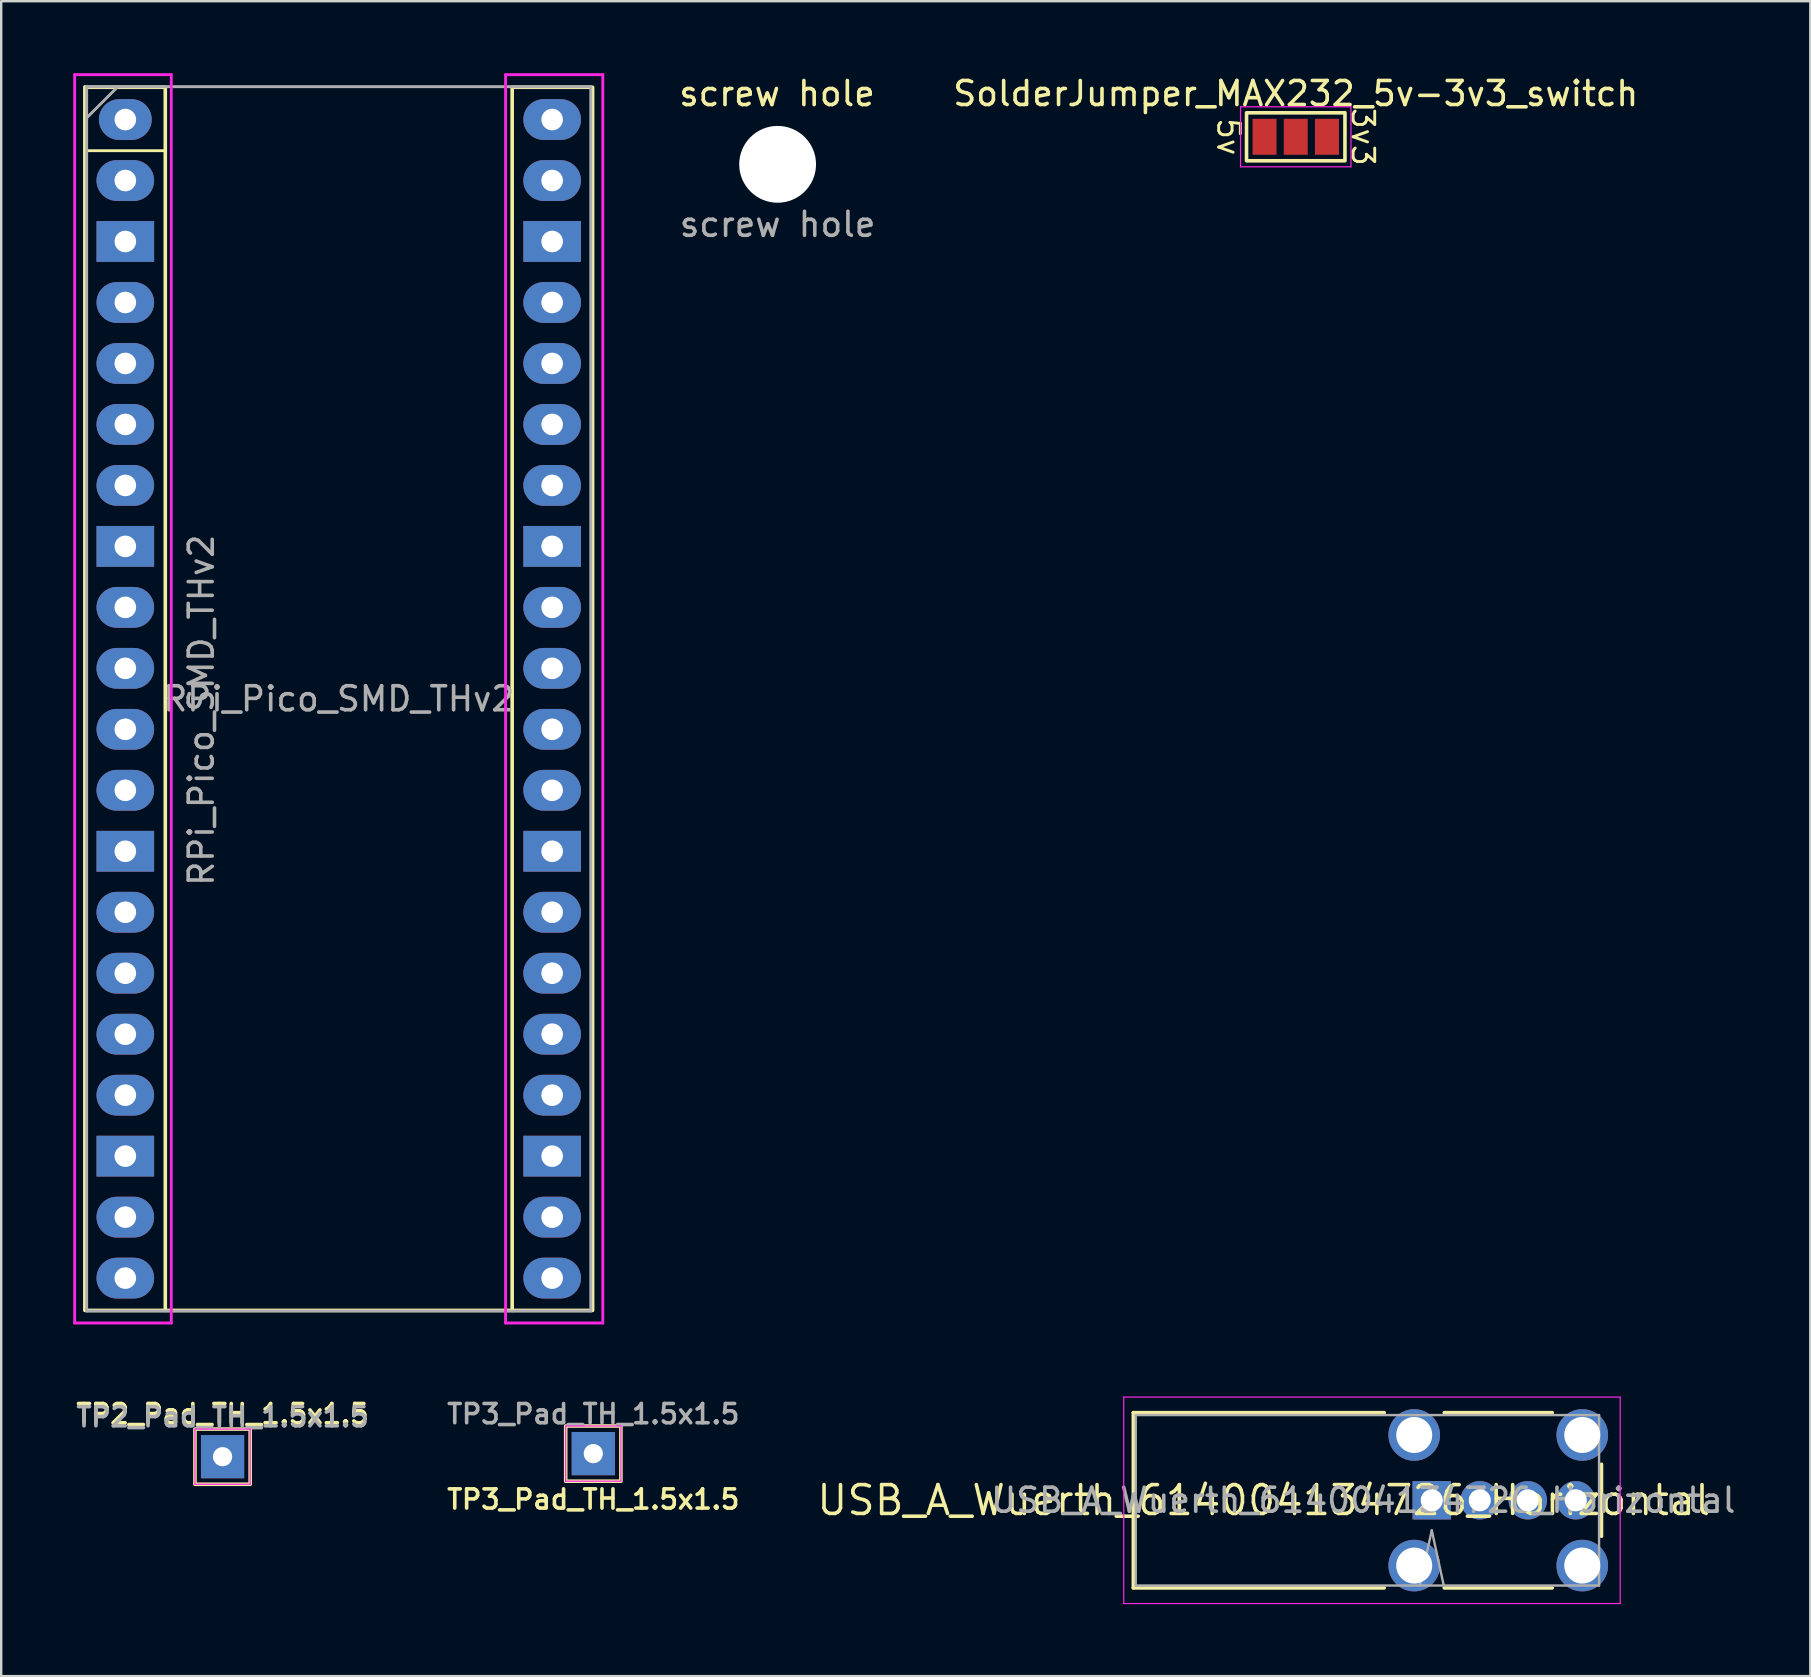
<source format=kicad_pcb>
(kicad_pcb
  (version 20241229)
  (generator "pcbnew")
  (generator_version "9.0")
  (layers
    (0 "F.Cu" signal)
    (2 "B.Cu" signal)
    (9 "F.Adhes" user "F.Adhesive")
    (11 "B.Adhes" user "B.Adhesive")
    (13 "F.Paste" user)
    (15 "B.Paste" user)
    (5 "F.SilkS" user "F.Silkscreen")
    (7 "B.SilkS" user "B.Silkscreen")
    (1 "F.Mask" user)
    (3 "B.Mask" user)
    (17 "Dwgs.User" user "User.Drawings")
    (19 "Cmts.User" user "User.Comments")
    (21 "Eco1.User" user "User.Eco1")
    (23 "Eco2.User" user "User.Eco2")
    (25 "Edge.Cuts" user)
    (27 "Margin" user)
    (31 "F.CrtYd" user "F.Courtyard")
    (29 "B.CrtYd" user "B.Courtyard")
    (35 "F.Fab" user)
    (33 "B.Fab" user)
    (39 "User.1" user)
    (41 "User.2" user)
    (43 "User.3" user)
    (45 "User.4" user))
  (footprint "screw hole"
    (layer "F.Cu")
    (at 29.342 3.795)
    (property "Reference" "screw hole" (at -0.025 -2.946 0) (unlocked yes) (layer "F.SilkS") (effects (font (size 1 1) (thickness 0.15))))
    (attr through_hole)
    (fp_text user "${REFERENCE}" (at 0 2.5 0) (unlocked yes) (layer "F.Fab") (effects (font (size 1 1) (thickness 0.15))))
    (pad "" np_thru_hole circle (at 0 0 90) (size 3.2 3.2) (drill 3.2) (layers "*.Cu" "*.Mask")))
  (footprint "USB_A_Wuerth_614004134726_Horizontal"
    (layer "F.Cu")
    (at 56.59 59.445)
    (property "Reference" "USB_A_Wuerth_614004134726_Horizontal" (at -7 0 0) (unlocked yes) (layer "F.SilkS") (effects (font (size 1.2 1.2) (thickness 0.15))))
    (attr through_hole)
    (fp_line (start -12.43 -3.65) (end -12.43 3.65) (stroke (width 0.15) (type solid)) (layer "F.SilkS"))
    (fp_line (start -12.43 -3.65) (end -1.98 -3.65) (stroke (width 0.15) (type solid)) (layer "F.SilkS"))
    (fp_line (start -12.43 3.65) (end -1.98 3.65) (stroke (width 0.15) (type solid)) (layer "F.SilkS"))
    (fp_line (start 0.52 -3.65) (end 5.02 -3.65) (stroke (width 0.15) (type solid)) (layer "F.SilkS"))
    (fp_line (start 0.52 3.65) (end 5.02 3.65) (stroke (width 0.15) (type solid)) (layer "F.SilkS"))
    (fp_line (start 7.07 -1.5) (end 7.07 1.5) (stroke (width 0.15) (type solid)) (layer "F.SilkS"))
    (fp_line (start -12.83 -4.3) (end 7.85 -4.3) (stroke (width 0.05) (type solid)) (layer "F.CrtYd"))
    (fp_line (start -12.83 4.3) (end -12.83 -4.3) (stroke (width 0.05) (type solid)) (layer "F.CrtYd"))
    (fp_line (start 7.85 -4.3) (end 7.85 4.3) (stroke (width 0.05) (type solid)) (layer "F.CrtYd"))
    (fp_line (start 7.85 4.3) (end -12.83 4.3) (stroke (width 0.05) (type solid)) (layer "F.CrtYd"))
    (fp_line (start -12.33 -3.55) (end 6.97 -3.55) (stroke (width 0.1) (type solid)) (layer "F.Fab"))
    (fp_line (start -12.33 3.55) (end -12.33 -3.55) (stroke (width 0.1) (type solid)) (layer "F.Fab"))
    (fp_line (start -0.5 3.55) (end 0 1.25) (stroke (width 0.1) (type solid)) (layer "F.Fab"))
    (fp_line (start 0 1.25) (end 0.5 3.55) (stroke (width 0.1) (type solid)) (layer "F.Fab"))
    (fp_line (start 6.97 -3.55) (end 6.97 3.55) (stroke (width 0.1) (type solid)) (layer "F.Fab"))
    (fp_line (start 6.97 3.55) (end -12.33 3.55) (stroke (width 0.1) (type solid)) (layer "F.Fab"))
    (fp_text user "${REFERENCE}" (at -2.855 0 0) (layer "F.Fab") (effects (font (size 1 1) (thickness 0.15))))
    (pad "1" thru_hole rect (at 0 0) (size 1.6 1.6) (drill 0.92) (layers "*.Cu" "*.Mask"))
    (pad "2" thru_hole circle (at 2 0) (size 1.6 1.6) (drill 0.92) (layers "*.Cu" "*.Mask"))
    (pad "3" thru_hole circle (at 4 0) (size 1.6 1.6) (drill 0.92) (layers "*.Cu" "*.Mask"))
    (pad "4" thru_hole circle (at 6 0) (size 1.6 1.6) (drill 0.92) (layers "*.Cu" "*.Mask"))
    (pad "5" thru_hole circle (at -0.73 -2.72) (size 2.15 2.15) (drill 1.5) (layers "*.Cu" "*.Mask"))
    (pad "5" thru_hole circle (at -0.73 2.72) (size 2.15 2.15) (drill 1.5) (layers "*.Cu" "*.Mask"))
    (pad "5" thru_hole circle (at 6.27 -2.72) (size 2.15 2.15) (drill 1.5) (layers "*.Cu" "*.Mask"))
    (pad "5" thru_hole circle (at 6.27 2.72) (size 2.15 2.15) (drill 1.5) (layers "*.Cu" "*.Mask")))
  (footprint "TP3_Pad_TH_1.5x1.5"
    (layer "F.Cu")
    (at 21.664 57.501)
    (property "Reference" "TP3_Pad_TH_1.5x1.5" (at 0 1.905 0) (layer "F.SilkS") (effects (font (size 0.8 0.8) (thickness 0.15))))
    (attr exclude_from_pos_files exclude_from_bom)
    (fp_rect (start -1.15 -1.15) (end 1.15 1.15) (stroke (width 0.15) (type solid)) (fill no) (layer "F.SilkS"))
    (fp_line (start -1.15 -1.15) (end -1.15 1.15) (stroke (width 0.05) (type solid)) (layer "F.CrtYd"))
    (fp_line (start -1.15 -1.15) (end 1.15 -1.15) (stroke (width 0.05) (type solid)) (layer "F.CrtYd"))
    (fp_line (start 1.15 1.15) (end -1.15 1.15) (stroke (width 0.05) (type solid)) (layer "F.CrtYd"))
    (fp_line (start 1.15 1.15) (end 1.15 -1.15) (stroke (width 0.05) (type solid)) (layer "F.CrtYd"))
    (fp_text user "${REFERENCE}" (at 0 -1.65 0) (layer "F.Fab") (effects (font (size 0.8 0.8) (thickness 0.15))))
    (pad "1" thru_hole rect (at 0 0) (size 1.8 1.8) (drill 0.8) (layers "*.Cu" "*.Mask")))
  (footprint "TP2_Pad_TH_1.5x1.5"
    (layer "F.Cu")
    (at 6.221 57.629)
    (property "Reference" "TP2_Pad_TH_1.5x1.5" (at 0 -1.778 0) (layer "F.SilkS") (effects (font (size 0.8 0.8) (thickness 0.15))))
    (attr exclude_from_pos_files exclude_from_bom)
    (fp_rect (start -1.15 -1.15) (end 1.15 1.15) (stroke (width 0.15) (type solid)) (fill no) (layer "F.SilkS"))
    (fp_line (start -1.15 -1.15) (end -1.15 1.15) (stroke (width 0.05) (type solid)) (layer "F.CrtYd"))
    (fp_line (start -1.15 -1.15) (end 1.15 -1.15) (stroke (width 0.05) (type solid)) (layer "F.CrtYd"))
    (fp_line (start 1.15 1.15) (end -1.15 1.15) (stroke (width 0.05) (type solid)) (layer "F.CrtYd"))
    (fp_line (start 1.15 1.15) (end 1.15 -1.15) (stroke (width 0.05) (type solid)) (layer "F.CrtYd"))
    (fp_text user "${REFERENCE}" (at 0 -1.65 0) (layer "F.Fab") (effects (font (size 0.8 0.8) (thickness 0.15))))
    (pad "1" thru_hole rect (at 0 0) (size 1.8 1.8) (drill 0.8) (layers "*.Cu" "*.Mask")))
  (footprint "RPi_Pico_SMD_THv2"
    (layer "F.Cu")
    (at 11.06 26.06)
    (property "Reference" "RPi_Pico_SMD_THv2" (at -5.725 0.475 90) (layer "F.Fab") (effects (font (size 1 1) (thickness 0.15))))
    (attr through_hole)
    (fp_line (start -10.5 -25.5) (end -10.575 -25.5) (stroke (width 0.12) (type solid)) (layer "F.SilkS"))
    (fp_line (start -10.5 -22.833) (end -7.225 -22.833) (stroke (width 0.12) (type solid)) (layer "F.SilkS"))
    (fp_line (start -7.225 25.475) (end 7.225 25.475) (stroke (width 0.15) (type solid)) (layer "F.SilkS"))
    (fp_rect (start -10.575 25.475) (end -7.225 -25.475) (stroke (width 0.15) (type solid)) (fill no) (layer "F.SilkS"))
    (fp_rect (start 7.225 25.475) (end 10.575 -25.475) (stroke (width 0.15) (type solid)) (fill no) (layer "F.SilkS"))
    (fp_line (start -11 -26) (end -6.975 -26) (stroke (width 0.12) (type solid)) (layer "F.CrtYd"))
    (fp_line (start -11 26) (end -11 -26) (stroke (width 0.12) (type solid)) (layer "F.CrtYd"))
    (fp_line (start -11 26) (end -6.975 26) (stroke (width 0.12) (type solid)) (layer "F.CrtYd"))
    (fp_line (start -6.975 -26) (end -6.975 26) (stroke (width 0.12) (type solid)) (layer "F.CrtYd"))
    (fp_line (start 6.95 -26) (end 6.95 26) (stroke (width 0.12) (type solid)) (layer "F.CrtYd"))
    (fp_line (start 6.95 -26) (end 11 -26) (stroke (width 0.12) (type solid)) (layer "F.CrtYd"))
    (fp_line (start 6.95 26) (end 11 26) (stroke (width 0.12) (type solid)) (layer "F.CrtYd"))
    (fp_line (start 11 -26) (end 11 26) (stroke (width 0.12) (type solid)) (layer "F.CrtYd"))
    (fp_line (start -10.5 -25.5) (end 10.5 -25.5) (stroke (width 0.12) (type solid)) (layer "F.Fab"))
    (fp_line (start -10.5 -24.2) (end -9.2 -25.5) (stroke (width 0.12) (type solid)) (layer "F.Fab"))
    (fp_line (start -10.5 25.5) (end -10.5 -25.5) (stroke (width 0.12) (type solid)) (layer "F.Fab"))
    (fp_line (start 10.5 -25.5) (end 10.5 25.5) (stroke (width 0.12) (type solid)) (layer "F.Fab"))
    (fp_line (start 10.5 25.5) (end -10.5 25.5) (stroke (width 0.12) (type solid)) (layer "F.Fab"))
    (fp_text user "${REFERENCE}" (at 0 0 180) (layer "F.Fab") (effects (font (size 1 1) (thickness 0.15))))
    (pad "1" thru_hole oval (at -8.89 -24.13) (size 2.2 1.7) (drill 0.9) (layers "*.Cu" "*.Mask"))
    (pad "2" thru_hole oval (at -8.89 -21.59) (size 2.4 1.7) (drill 0.9) (layers "*.Cu" "*.Mask"))
    (pad "3" thru_hole rect (at -8.89 -19.05) (size 2.4 1.7) (drill 0.9) (layers "*.Cu" "*.Mask"))
    (pad "4" thru_hole oval (at -8.89 -16.51) (size 2.4 1.7) (drill 0.9) (layers "*.Cu" "*.Mask"))
    (pad "5" thru_hole oval (at -8.89 -13.97) (size 2.4 1.7) (drill 0.9) (layers "*.Cu" "*.Mask"))
    (pad "6" thru_hole oval (at -8.89 -11.43) (size 2.4 1.7) (drill 0.9) (layers "*.Cu" "*.Mask"))
    (pad "7" thru_hole oval (at -8.89 -8.89) (size 2.4 1.7) (drill 0.9) (layers "*.Cu" "*.Mask"))
    (pad "8" thru_hole rect (at -8.89 -6.35) (size 2.4 1.7) (drill 0.9) (layers "*.Cu" "*.Mask"))
    (pad "9" thru_hole oval (at -8.89 -3.81) (size 2.4 1.7) (drill 0.9) (layers "*.Cu" "*.Mask"))
    (pad "10" thru_hole oval (at -8.89 -1.27) (size 2.4 1.7) (drill 0.9) (layers "*.Cu" "*.Mask"))
    (pad "11" thru_hole oval (at -8.89 1.27) (size 2.4 1.7) (drill 0.9) (layers "*.Cu" "*.Mask"))
    (pad "12" thru_hole oval (at -8.89 3.81) (size 2.4 1.7) (drill 0.9) (layers "*.Cu" "*.Mask"))
    (pad "13" thru_hole rect (at -8.89 6.35) (size 2.4 1.7) (drill 0.9) (layers "*.Cu" "*.Mask"))
    (pad "14" thru_hole oval (at -8.89 8.89) (size 2.4 1.7) (drill 0.9) (layers "*.Cu" "*.Mask"))
    (pad "15" thru_hole oval (at -8.89 11.43) (size 2.4 1.7) (drill 0.9) (layers "*.Cu" "*.Mask"))
    (pad "16" thru_hole oval (at -8.89 13.97) (size 2.4 1.7) (drill 0.9) (layers "*.Cu" "*.Mask"))
    (pad "17" thru_hole oval (at -8.89 16.51) (size 2.4 1.7) (drill 0.9) (layers "*.Cu" "*.Mask"))
    (pad "18" thru_hole rect (at -8.89 19.05) (size 2.4 1.7) (drill 0.9) (layers "*.Cu" "*.Mask"))
    (pad "19" thru_hole oval (at -8.89 21.59) (size 2.4 1.7) (drill 0.9) (layers "*.Cu" "*.Mask"))
    (pad "20" thru_hole oval (at -8.89 24.13) (size 2.4 1.7) (drill 0.9) (layers "*.Cu" "*.Mask"))
    (pad "21" thru_hole oval (at 8.89 24.13) (size 2.4 1.7) (drill 0.9) (layers "*.Cu" "*.Mask"))
    (pad "22" thru_hole oval (at 8.89 21.59) (size 2.4 1.7) (drill 0.9) (layers "*.Cu" "*.Mask"))
    (pad "23" thru_hole rect (at 8.89 19.05) (size 2.4 1.7) (drill 0.9) (layers "*.Cu" "*.Mask"))
    (pad "24" thru_hole oval (at 8.89 16.51) (size 2.4 1.7) (drill 0.9) (layers "*.Cu" "*.Mask"))
    (pad "25" thru_hole oval (at 8.89 13.97) (size 2.4 1.7) (drill 0.9) (layers "*.Cu" "*.Mask"))
    (pad "26" thru_hole oval (at 8.89 11.43) (size 2.4 1.7) (drill 0.9) (layers "*.Cu" "*.Mask"))
    (pad "27" thru_hole oval (at 8.89 8.89) (size 2.4 1.7) (drill 0.9) (layers "*.Cu" "*.Mask"))
    (pad "28" thru_hole rect (at 8.89 6.35) (size 2.4 1.7) (drill 0.9) (layers "*.Cu" "*.Mask"))
    (pad "29" thru_hole oval (at 8.89 3.81) (size 2.4 1.7) (drill 0.9) (layers "*.Cu" "*.Mask"))
    (pad "30" thru_hole oval (at 8.89 1.27) (size 2.4 1.7) (drill 0.9) (layers "*.Cu" "*.Mask"))
    (pad "31" thru_hole oval (at 8.89 -1.27) (size 2.4 1.7) (drill 0.9) (layers "*.Cu" "*.Mask"))
    (pad "32" thru_hole oval (at 8.89 -3.81) (size 2.4 1.7) (drill 0.9) (layers "*.Cu" "*.Mask"))
    (pad "33" thru_hole rect (at 8.89 -6.35) (size 2.4 1.7) (drill 0.9) (layers "*.Cu" "*.Mask"))
    (pad "34" thru_hole oval (at 8.89 -8.89) (size 2.4 1.7) (drill 0.9) (layers "*.Cu" "*.Mask"))
    (pad "35" thru_hole oval (at 8.89 -11.43) (size 2.4 1.7) (drill 0.9) (layers "*.Cu" "*.Mask"))
    (pad "36" thru_hole oval (at 8.89 -13.97) (size 2.4 1.7) (drill 0.9) (layers "*.Cu" "*.Mask"))
    (pad "37" thru_hole oval (at 8.89 -16.51) (size 2.4 1.7) (drill 0.9) (layers "*.Cu" "*.Mask"))
    (pad "38" thru_hole rect (at 8.89 -19.05) (size 2.4 1.7) (drill 0.9) (layers "*.Cu" "*.Mask"))
    (pad "39" thru_hole oval (at 8.89 -21.59 180) (size 2.4 1.7) (drill 0.9) (layers "*.Cu" "*.Mask"))
    (pad "40" thru_hole oval (at 8.89 -24.13) (size 2.4 1.7) (drill 0.9) (layers "*.Cu" "*.Mask")))
  (footprint "SolderJumper_MAX232_5v-3v3_switch"
    (layer "F.Cu")
    (at 50.925 2.648)
    (property "Reference" "SolderJumper_MAX232_5v-3v3_switch" (at 0 -1.8 180) (layer "F.SilkS") (effects (font (size 1 1) (thickness 0.15))))
    (attr exclude_from_pos_files exclude_from_bom)
    (fp_rect (start -2.05 -1) (end 2.05 1) (stroke (width 0.15) (type solid)) (fill no) (layer "F.SilkS"))
    (fp_line (start -2.3 -1.25) (end -2.3 1.25) (stroke (width 0.05) (type solid)) (layer "F.CrtYd"))
    (fp_line (start -2.3 -1.25) (end 2.3 -1.25) (stroke (width 0.05) (type solid)) (layer "F.CrtYd"))
    (fp_line (start 2.3 1.25) (end -2.3 1.25) (stroke (width 0.05) (type solid)) (layer "F.CrtYd"))
    (fp_line (start 2.3 1.25) (end 2.3 -1.25) (stroke (width 0.05) (type solid)) (layer "F.CrtYd"))
    (fp_text user "5v" (at -2.8 0 270) (unlocked yes) (layer "F.SilkS") (effects (font (size 0.9 0.9) (thickness 0.12))))
    (fp_text user "3v3" (at 2.8 0 270) (unlocked yes) (layer "F.SilkS") (effects (font (size 0.9 0.9) (thickness 0.12))))
    (pad "1" smd rect (at -1.3 0) (size 1 1.5) (layers "F.Cu" "F.Mask"))
    (pad "2" smd rect (at 0 0) (size 1 1.5) (layers "F.Cu" "F.Mask"))
    (pad "3" smd rect (at 1.3 0) (size 1 1.5) (layers "F.Cu" "F.Mask")))
  (gr_rect
    (start -3 -3)
    (end 72.36 66.77)
    (stroke (width 0.1) (type default))
    (fill no)
    (layer "Edge.Cuts")))
</source>
